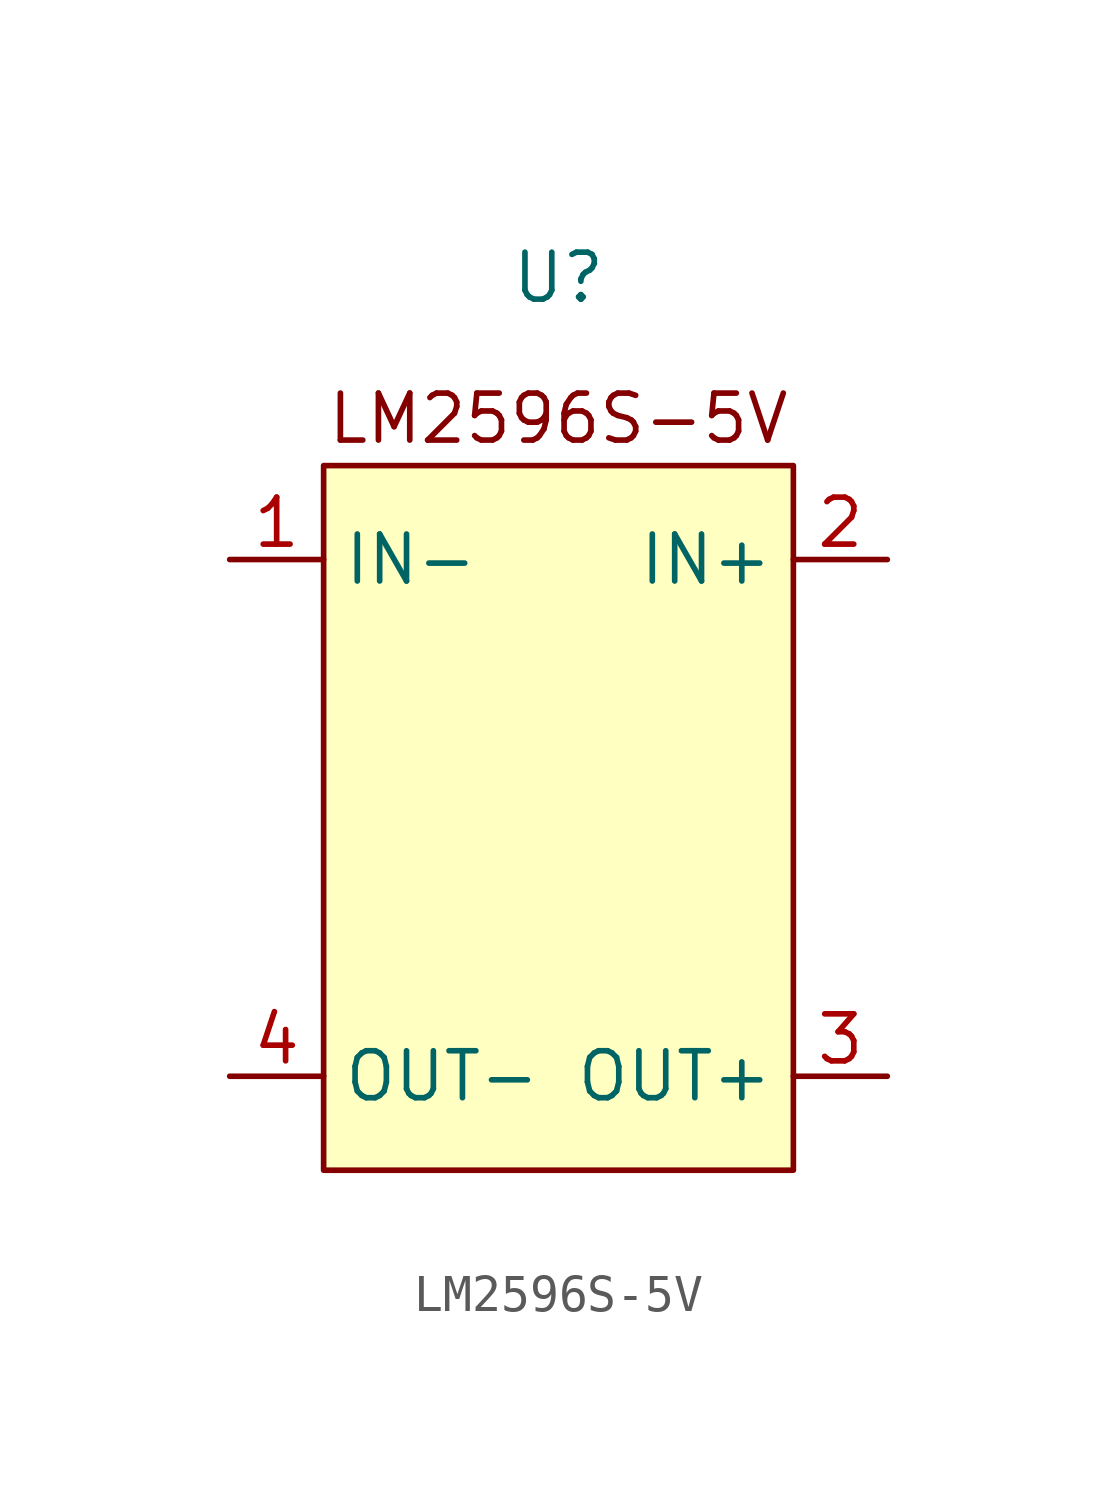
<source format=kicad_sym>
(kicad_symbol_lib
  (version 20220914)
  (generator kicad_symbol_editor)
  (symbol "LM2596S-5V"
    (property "Reference" "U"
      (at 6.35 24.13 0)
      (effects (font (size 1.27 1.27))))
    (property "Value" ""
      (at 0 1.27 0)
      (effects (font (size 1.27 1.27))))
    (symbol "LM2596S-5V_1_1"
      (rectangle (start 0 19.05) (end 12.7 0) (stroke (width 0) (type default)) (fill (type background)))
      (text "LM2596S-5V" (at 6.35 20.32 0) (effects (font (size 1.27 1.27))))
      (pin input line (at -2.54 16.51 0) (length 2.54) (name "IN-" (effects (font (size 1.27 1.27)))) (number "1" (effects (font (size 1.27 1.27)))))
      (pin input line (at 15.24 16.51 180) (length 2.54) (name "IN+" (effects (font (size 1.27 1.27)))) (number "2" (effects (font (size 1.27 1.27)))))
      (pin output line (at 15.24 2.54 180) (length 2.54) (name "OUT+" (effects (font (size 1.27 1.27)))) (number "3" (effects (font (size 1.27 1.27)))))
      (pin output line (at -2.54 2.54 0) (length 2.54) (name "OUT-" (effects (font (size 1.27 1.27)))) (number "4" (effects (font (size 1.27 1.27))))))))
</source>
